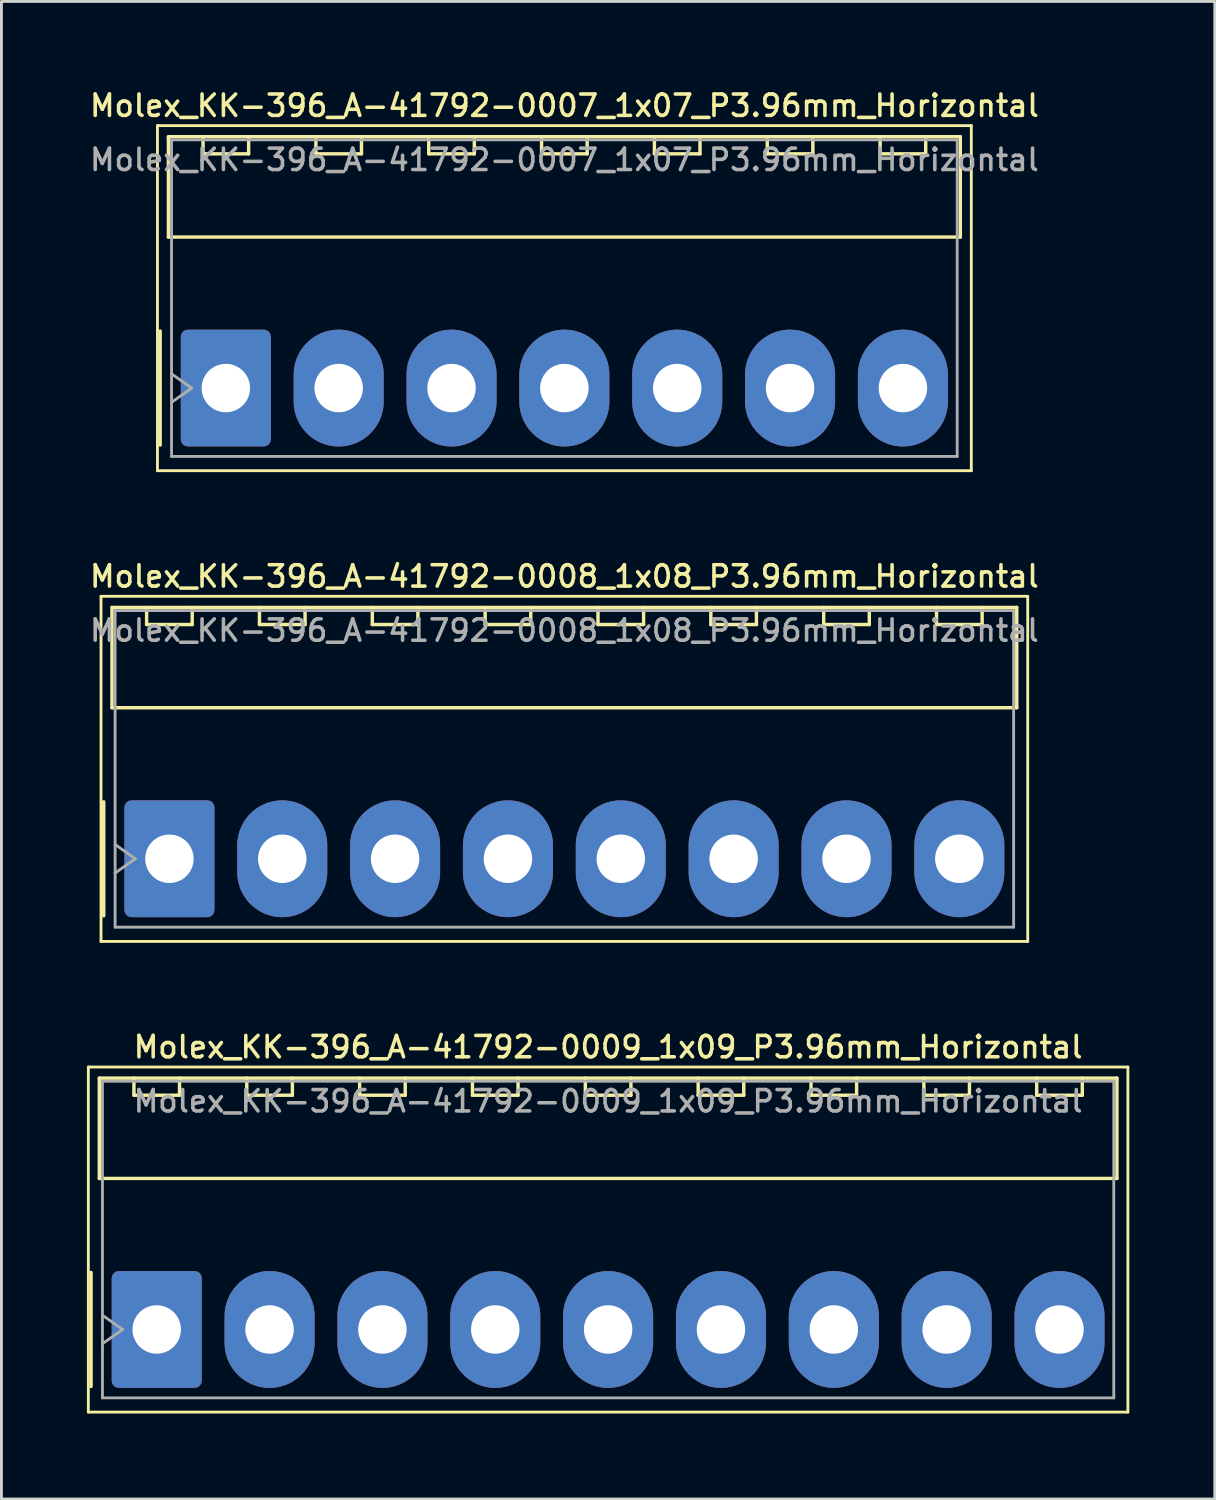
<source format=kicad_pcb>
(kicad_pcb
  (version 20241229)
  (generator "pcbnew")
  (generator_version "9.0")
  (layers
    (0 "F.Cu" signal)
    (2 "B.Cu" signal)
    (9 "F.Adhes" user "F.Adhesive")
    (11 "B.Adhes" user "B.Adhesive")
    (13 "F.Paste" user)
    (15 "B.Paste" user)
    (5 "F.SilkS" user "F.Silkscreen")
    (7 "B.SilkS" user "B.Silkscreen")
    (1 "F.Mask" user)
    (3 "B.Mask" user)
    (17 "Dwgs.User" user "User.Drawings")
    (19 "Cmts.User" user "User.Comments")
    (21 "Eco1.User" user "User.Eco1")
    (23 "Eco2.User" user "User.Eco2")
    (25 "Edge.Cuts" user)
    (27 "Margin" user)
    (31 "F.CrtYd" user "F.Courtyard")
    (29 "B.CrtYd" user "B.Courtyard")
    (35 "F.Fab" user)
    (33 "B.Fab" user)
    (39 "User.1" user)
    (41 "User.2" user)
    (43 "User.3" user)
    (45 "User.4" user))
  (footprint "Molex_KK-396_A-41792-0009_1x09_P3.96mm_Horizontal"
    (layer "F.Cu")
    (at 2.45 43.604)
    (property "Reference" "Molex_KK-396_A-41792-0009_1x09_P3.96mm_Horizontal" (at 15.84 -9.91 0) (layer "F.SilkS") (effects (font (size 0.75 0.75) (thickness 0.125))))
    (attr through_hole)
    (fp_line (start -2.4 -9.21) (end -2.4 2.9) (stroke (width 0.1) (type solid)) (layer "F.SilkS"))
    (fp_line (start -2.4 2.9) (end 34.08 2.9) (stroke (width 0.1) (type solid)) (layer "F.SilkS"))
    (fp_line (start -2.305 -2) (end -2.305 2) (stroke (width 0.12) (type solid)) (layer "F.SilkS"))
    (fp_line (start -2.015 -8.82) (end 33.695 -8.82) (stroke (width 0.12) (type solid)) (layer "F.SilkS"))
    (fp_line (start -2.015 -5.3) (end -2.015 -8.82) (stroke (width 0.12) (type solid)) (layer "F.SilkS"))
    (fp_line (start -0.8 -8.82) (end -0.8 -8.22) (stroke (width 0.12) (type solid)) (layer "F.SilkS"))
    (fp_line (start -0.8 -8.22) (end 0.8 -8.22) (stroke (width 0.12) (type solid)) (layer "F.SilkS"))
    (fp_line (start 0.8 -8.22) (end 0.8 -8.82) (stroke (width 0.12) (type solid)) (layer "F.SilkS"))
    (fp_line (start 3.16 -8.82) (end 3.16 -8.22) (stroke (width 0.12) (type solid)) (layer "F.SilkS"))
    (fp_line (start 3.16 -8.22) (end 4.76 -8.22) (stroke (width 0.12) (type solid)) (layer "F.SilkS"))
    (fp_line (start 4.76 -8.22) (end 4.76 -8.82) (stroke (width 0.12) (type solid)) (layer "F.SilkS"))
    (fp_line (start 7.12 -8.82) (end 7.12 -8.22) (stroke (width 0.12) (type solid)) (layer "F.SilkS"))
    (fp_line (start 7.12 -8.22) (end 8.72 -8.22) (stroke (width 0.12) (type solid)) (layer "F.SilkS"))
    (fp_line (start 8.72 -8.22) (end 8.72 -8.82) (stroke (width 0.12) (type solid)) (layer "F.SilkS"))
    (fp_line (start 11.08 -8.82) (end 11.08 -8.22) (stroke (width 0.12) (type solid)) (layer "F.SilkS"))
    (fp_line (start 11.08 -8.22) (end 12.68 -8.22) (stroke (width 0.12) (type solid)) (layer "F.SilkS"))
    (fp_line (start 12.68 -8.22) (end 12.68 -8.82) (stroke (width 0.12) (type solid)) (layer "F.SilkS"))
    (fp_line (start 15.04 -8.82) (end 15.04 -8.22) (stroke (width 0.12) (type solid)) (layer "F.SilkS"))
    (fp_line (start 15.04 -8.22) (end 16.64 -8.22) (stroke (width 0.12) (type solid)) (layer "F.SilkS"))
    (fp_line (start 16.64 -8.22) (end 16.64 -8.82) (stroke (width 0.12) (type solid)) (layer "F.SilkS"))
    (fp_line (start 19 -8.82) (end 19 -8.22) (stroke (width 0.12) (type solid)) (layer "F.SilkS"))
    (fp_line (start 19 -8.22) (end 20.6 -8.22) (stroke (width 0.12) (type solid)) (layer "F.SilkS"))
    (fp_line (start 20.6 -8.22) (end 20.6 -8.82) (stroke (width 0.12) (type solid)) (layer "F.SilkS"))
    (fp_line (start 22.96 -8.82) (end 22.96 -8.22) (stroke (width 0.12) (type solid)) (layer "F.SilkS"))
    (fp_line (start 22.96 -8.22) (end 24.56 -8.22) (stroke (width 0.12) (type solid)) (layer "F.SilkS"))
    (fp_line (start 24.56 -8.22) (end 24.56 -8.82) (stroke (width 0.12) (type solid)) (layer "F.SilkS"))
    (fp_line (start 26.92 -8.82) (end 26.92 -8.22) (stroke (width 0.12) (type solid)) (layer "F.SilkS"))
    (fp_line (start 26.92 -8.22) (end 28.52 -8.22) (stroke (width 0.12) (type solid)) (layer "F.SilkS"))
    (fp_line (start 28.52 -8.22) (end 28.52 -8.82) (stroke (width 0.12) (type solid)) (layer "F.SilkS"))
    (fp_line (start 30.88 -8.82) (end 30.88 -8.22) (stroke (width 0.12) (type solid)) (layer "F.SilkS"))
    (fp_line (start 30.88 -8.22) (end 32.48 -8.22) (stroke (width 0.12) (type solid)) (layer "F.SilkS"))
    (fp_line (start 32.48 -8.22) (end 32.48 -8.82) (stroke (width 0.12) (type solid)) (layer "F.SilkS"))
    (fp_line (start 33.695 -8.82) (end 33.695 -5.3) (stroke (width 0.12) (type solid)) (layer "F.SilkS"))
    (fp_line (start 33.695 -5.3) (end -2.015 -5.3) (stroke (width 0.12) (type solid)) (layer "F.SilkS"))
    (fp_line (start 34.08 -9.21) (end -2.4 -9.21) (stroke (width 0.1) (type solid)) (layer "F.SilkS"))
    (fp_line (start 34.08 2.9) (end 34.08 -9.21) (stroke (width 0.1) (type solid)) (layer "F.SilkS"))
    (fp_line (start -1.905 -8.71) (end 33.585 -8.71) (stroke (width 0.1) (type solid)) (layer "F.Fab"))
    (fp_line (start -1.905 -0.5) (end -1.198 0) (stroke (width 0.1) (type solid)) (layer "F.Fab"))
    (fp_line (start -1.905 2.4) (end -1.905 -8.71) (stroke (width 0.1) (type solid)) (layer "F.Fab"))
    (fp_line (start -1.198 0) (end -1.905 0.5) (stroke (width 0.1) (type solid)) (layer "F.Fab"))
    (fp_line (start 33.585 -8.71) (end 33.585 2.4) (stroke (width 0.1) (type solid)) (layer "F.Fab"))
    (fp_line (start 33.585 2.4) (end -1.905 2.4) (stroke (width 0.1) (type solid)) (layer "F.Fab"))
    (fp_text user "${REFERENCE}" (at 15.84 -8.01 0) (layer "F.Fab") (effects (font (size 0.75 0.75) (thickness 0.125))))
    (pad "1" thru_hole roundrect (at 0 0) (size 3.16 4.1) (drill 1.7) (layers "*.Cu" "*.Mask") (roundrect_rratio 0.079))
    (pad "2" thru_hole oval (at 3.96 0) (size 3.16 4.1) (drill 1.7) (layers "*.Cu" "*.Mask"))
    (pad "3" thru_hole oval (at 7.92 0) (size 3.16 4.1) (drill 1.7) (layers "*.Cu" "*.Mask"))
    (pad "4" thru_hole oval (at 11.88 0) (size 3.16 4.1) (drill 1.7) (layers "*.Cu" "*.Mask"))
    (pad "5" thru_hole oval (at 15.84 0) (size 3.16 4.1) (drill 1.7) (layers "*.Cu" "*.Mask"))
    (pad "6" thru_hole oval (at 19.8 0) (size 3.16 4.1) (drill 1.7) (layers "*.Cu" "*.Mask"))
    (pad "7" thru_hole oval (at 23.76 0) (size 3.16 4.1) (drill 1.7) (layers "*.Cu" "*.Mask"))
    (pad "8" thru_hole oval (at 27.72 0) (size 3.16 4.1) (drill 1.7) (layers "*.Cu" "*.Mask"))
    (pad "9" thru_hole oval (at 31.68 0) (size 3.16 4.1) (drill 1.7) (layers "*.Cu" "*.Mask")))
  (footprint "Molex_KK-396_A-41792-0008_1x08_P3.96mm_Horizontal"
    (layer "F.Cu")
    (at 2.895 27.086)
    (property "Reference" "Molex_KK-396_A-41792-0008_1x08_P3.96mm_Horizontal" (at 13.86 -9.91 0) (layer "F.SilkS") (effects (font (size 0.75 0.75) (thickness 0.125))))
    (attr through_hole)
    (fp_line (start -2.4 -9.21) (end -2.4 2.9) (stroke (width 0.1) (type solid)) (layer "F.SilkS"))
    (fp_line (start -2.4 2.9) (end 30.12 2.9) (stroke (width 0.1) (type solid)) (layer "F.SilkS"))
    (fp_line (start -2.305 -2) (end -2.305 2) (stroke (width 0.12) (type solid)) (layer "F.SilkS"))
    (fp_line (start -2.015 -8.82) (end 29.735 -8.82) (stroke (width 0.12) (type solid)) (layer "F.SilkS"))
    (fp_line (start -2.015 -5.3) (end -2.015 -8.82) (stroke (width 0.12) (type solid)) (layer "F.SilkS"))
    (fp_line (start -0.8 -8.82) (end -0.8 -8.22) (stroke (width 0.12) (type solid)) (layer "F.SilkS"))
    (fp_line (start -0.8 -8.22) (end 0.8 -8.22) (stroke (width 0.12) (type solid)) (layer "F.SilkS"))
    (fp_line (start 0.8 -8.22) (end 0.8 -8.82) (stroke (width 0.12) (type solid)) (layer "F.SilkS"))
    (fp_line (start 3.16 -8.82) (end 3.16 -8.22) (stroke (width 0.12) (type solid)) (layer "F.SilkS"))
    (fp_line (start 3.16 -8.22) (end 4.76 -8.22) (stroke (width 0.12) (type solid)) (layer "F.SilkS"))
    (fp_line (start 4.76 -8.22) (end 4.76 -8.82) (stroke (width 0.12) (type solid)) (layer "F.SilkS"))
    (fp_line (start 7.12 -8.82) (end 7.12 -8.22) (stroke (width 0.12) (type solid)) (layer "F.SilkS"))
    (fp_line (start 7.12 -8.22) (end 8.72 -8.22) (stroke (width 0.12) (type solid)) (layer "F.SilkS"))
    (fp_line (start 8.72 -8.22) (end 8.72 -8.82) (stroke (width 0.12) (type solid)) (layer "F.SilkS"))
    (fp_line (start 11.08 -8.82) (end 11.08 -8.22) (stroke (width 0.12) (type solid)) (layer "F.SilkS"))
    (fp_line (start 11.08 -8.22) (end 12.68 -8.22) (stroke (width 0.12) (type solid)) (layer "F.SilkS"))
    (fp_line (start 12.68 -8.22) (end 12.68 -8.82) (stroke (width 0.12) (type solid)) (layer "F.SilkS"))
    (fp_line (start 15.04 -8.82) (end 15.04 -8.22) (stroke (width 0.12) (type solid)) (layer "F.SilkS"))
    (fp_line (start 15.04 -8.22) (end 16.64 -8.22) (stroke (width 0.12) (type solid)) (layer "F.SilkS"))
    (fp_line (start 16.64 -8.22) (end 16.64 -8.82) (stroke (width 0.12) (type solid)) (layer "F.SilkS"))
    (fp_line (start 19 -8.82) (end 19 -8.22) (stroke (width 0.12) (type solid)) (layer "F.SilkS"))
    (fp_line (start 19 -8.22) (end 20.6 -8.22) (stroke (width 0.12) (type solid)) (layer "F.SilkS"))
    (fp_line (start 20.6 -8.22) (end 20.6 -8.82) (stroke (width 0.12) (type solid)) (layer "F.SilkS"))
    (fp_line (start 22.96 -8.82) (end 22.96 -8.22) (stroke (width 0.12) (type solid)) (layer "F.SilkS"))
    (fp_line (start 22.96 -8.22) (end 24.56 -8.22) (stroke (width 0.12) (type solid)) (layer "F.SilkS"))
    (fp_line (start 24.56 -8.22) (end 24.56 -8.82) (stroke (width 0.12) (type solid)) (layer "F.SilkS"))
    (fp_line (start 26.92 -8.82) (end 26.92 -8.22) (stroke (width 0.12) (type solid)) (layer "F.SilkS"))
    (fp_line (start 26.92 -8.22) (end 28.52 -8.22) (stroke (width 0.12) (type solid)) (layer "F.SilkS"))
    (fp_line (start 28.52 -8.22) (end 28.52 -8.82) (stroke (width 0.12) (type solid)) (layer "F.SilkS"))
    (fp_line (start 29.735 -8.82) (end 29.735 -5.3) (stroke (width 0.12) (type solid)) (layer "F.SilkS"))
    (fp_line (start 29.735 -5.3) (end -2.015 -5.3) (stroke (width 0.12) (type solid)) (layer "F.SilkS"))
    (fp_line (start 30.12 -9.21) (end -2.4 -9.21) (stroke (width 0.1) (type solid)) (layer "F.SilkS"))
    (fp_line (start 30.12 2.9) (end 30.12 -9.21) (stroke (width 0.1) (type solid)) (layer "F.SilkS"))
    (fp_line (start -1.905 -8.71) (end 29.625 -8.71) (stroke (width 0.1) (type solid)) (layer "F.Fab"))
    (fp_line (start -1.905 -0.5) (end -1.198 0) (stroke (width 0.1) (type solid)) (layer "F.Fab"))
    (fp_line (start -1.905 2.4) (end -1.905 -8.71) (stroke (width 0.1) (type solid)) (layer "F.Fab"))
    (fp_line (start -1.198 0) (end -1.905 0.5) (stroke (width 0.1) (type solid)) (layer "F.Fab"))
    (fp_line (start 29.625 -8.71) (end 29.625 2.4) (stroke (width 0.1) (type solid)) (layer "F.Fab"))
    (fp_line (start 29.625 2.4) (end -1.905 2.4) (stroke (width 0.1) (type solid)) (layer "F.Fab"))
    (fp_text user "${REFERENCE}" (at 13.86 -8.01 0) (layer "F.Fab") (effects (font (size 0.75 0.75) (thickness 0.125))))
    (pad "1" thru_hole roundrect (at 0 0) (size 3.16 4.1) (drill 1.7) (layers "*.Cu" "*.Mask") (roundrect_rratio 0.079))
    (pad "2" thru_hole oval (at 3.96 0) (size 3.16 4.1) (drill 1.7) (layers "*.Cu" "*.Mask"))
    (pad "3" thru_hole oval (at 7.92 0) (size 3.16 4.1) (drill 1.7) (layers "*.Cu" "*.Mask"))
    (pad "4" thru_hole oval (at 11.88 0) (size 3.16 4.1) (drill 1.7) (layers "*.Cu" "*.Mask"))
    (pad "5" thru_hole oval (at 15.84 0) (size 3.16 4.1) (drill 1.7) (layers "*.Cu" "*.Mask"))
    (pad "6" thru_hole oval (at 19.8 0) (size 3.16 4.1) (drill 1.7) (layers "*.Cu" "*.Mask"))
    (pad "7" thru_hole oval (at 23.76 0) (size 3.16 4.1) (drill 1.7) (layers "*.Cu" "*.Mask"))
    (pad "8" thru_hole oval (at 27.72 0) (size 3.16 4.1) (drill 1.7) (layers "*.Cu" "*.Mask")))
  (footprint "Molex_KK-396_A-41792-0007_1x07_P3.96mm_Horizontal"
    (layer "F.Cu")
    (at 4.875 10.568)
    (property "Reference" "Molex_KK-396_A-41792-0007_1x07_P3.96mm_Horizontal" (at 11.88 -9.91 0) (layer "F.SilkS") (effects (font (size 0.75 0.75) (thickness 0.125))))
    (attr through_hole)
    (fp_line (start -2.4 -9.21) (end -2.4 2.9) (stroke (width 0.1) (type solid)) (layer "F.SilkS"))
    (fp_line (start -2.4 2.9) (end 26.16 2.9) (stroke (width 0.1) (type solid)) (layer "F.SilkS"))
    (fp_line (start -2.305 -2) (end -2.305 2) (stroke (width 0.12) (type solid)) (layer "F.SilkS"))
    (fp_line (start -2.015 -8.82) (end 25.775 -8.82) (stroke (width 0.12) (type solid)) (layer "F.SilkS"))
    (fp_line (start -2.015 -5.3) (end -2.015 -8.82) (stroke (width 0.12) (type solid)) (layer "F.SilkS"))
    (fp_line (start -0.8 -8.82) (end -0.8 -8.22) (stroke (width 0.12) (type solid)) (layer "F.SilkS"))
    (fp_line (start -0.8 -8.22) (end 0.8 -8.22) (stroke (width 0.12) (type solid)) (layer "F.SilkS"))
    (fp_line (start 0.8 -8.22) (end 0.8 -8.82) (stroke (width 0.12) (type solid)) (layer "F.SilkS"))
    (fp_line (start 3.16 -8.82) (end 3.16 -8.22) (stroke (width 0.12) (type solid)) (layer "F.SilkS"))
    (fp_line (start 3.16 -8.22) (end 4.76 -8.22) (stroke (width 0.12) (type solid)) (layer "F.SilkS"))
    (fp_line (start 4.76 -8.22) (end 4.76 -8.82) (stroke (width 0.12) (type solid)) (layer "F.SilkS"))
    (fp_line (start 7.12 -8.82) (end 7.12 -8.22) (stroke (width 0.12) (type solid)) (layer "F.SilkS"))
    (fp_line (start 7.12 -8.22) (end 8.72 -8.22) (stroke (width 0.12) (type solid)) (layer "F.SilkS"))
    (fp_line (start 8.72 -8.22) (end 8.72 -8.82) (stroke (width 0.12) (type solid)) (layer "F.SilkS"))
    (fp_line (start 11.08 -8.82) (end 11.08 -8.22) (stroke (width 0.12) (type solid)) (layer "F.SilkS"))
    (fp_line (start 11.08 -8.22) (end 12.68 -8.22) (stroke (width 0.12) (type solid)) (layer "F.SilkS"))
    (fp_line (start 12.68 -8.22) (end 12.68 -8.82) (stroke (width 0.12) (type solid)) (layer "F.SilkS"))
    (fp_line (start 15.04 -8.82) (end 15.04 -8.22) (stroke (width 0.12) (type solid)) (layer "F.SilkS"))
    (fp_line (start 15.04 -8.22) (end 16.64 -8.22) (stroke (width 0.12) (type solid)) (layer "F.SilkS"))
    (fp_line (start 16.64 -8.22) (end 16.64 -8.82) (stroke (width 0.12) (type solid)) (layer "F.SilkS"))
    (fp_line (start 19 -8.82) (end 19 -8.22) (stroke (width 0.12) (type solid)) (layer "F.SilkS"))
    (fp_line (start 19 -8.22) (end 20.6 -8.22) (stroke (width 0.12) (type solid)) (layer "F.SilkS"))
    (fp_line (start 20.6 -8.22) (end 20.6 -8.82) (stroke (width 0.12) (type solid)) (layer "F.SilkS"))
    (fp_line (start 22.96 -8.82) (end 22.96 -8.22) (stroke (width 0.12) (type solid)) (layer "F.SilkS"))
    (fp_line (start 22.96 -8.22) (end 24.56 -8.22) (stroke (width 0.12) (type solid)) (layer "F.SilkS"))
    (fp_line (start 24.56 -8.22) (end 24.56 -8.82) (stroke (width 0.12) (type solid)) (layer "F.SilkS"))
    (fp_line (start 25.775 -8.82) (end 25.775 -5.3) (stroke (width 0.12) (type solid)) (layer "F.SilkS"))
    (fp_line (start 25.775 -5.3) (end -2.015 -5.3) (stroke (width 0.12) (type solid)) (layer "F.SilkS"))
    (fp_line (start 26.16 -9.21) (end -2.4 -9.21) (stroke (width 0.1) (type solid)) (layer "F.SilkS"))
    (fp_line (start 26.16 2.9) (end 26.16 -9.21) (stroke (width 0.1) (type solid)) (layer "F.SilkS"))
    (fp_line (start -1.905 -8.71) (end 25.665 -8.71) (stroke (width 0.1) (type solid)) (layer "F.Fab"))
    (fp_line (start -1.905 -0.5) (end -1.198 0) (stroke (width 0.1) (type solid)) (layer "F.Fab"))
    (fp_line (start -1.905 2.4) (end -1.905 -8.71) (stroke (width 0.1) (type solid)) (layer "F.Fab"))
    (fp_line (start -1.198 0) (end -1.905 0.5) (stroke (width 0.1) (type solid)) (layer "F.Fab"))
    (fp_line (start 25.665 -8.71) (end 25.665 2.4) (stroke (width 0.1) (type solid)) (layer "F.Fab"))
    (fp_line (start 25.665 2.4) (end -1.905 2.4) (stroke (width 0.1) (type solid)) (layer "F.Fab"))
    (fp_text user "${REFERENCE}" (at 11.88 -8.01 0) (layer "F.Fab") (effects (font (size 0.75 0.75) (thickness 0.125))))
    (pad "1" thru_hole roundrect (at 0 0) (size 3.16 4.1) (drill 1.7) (layers "*.Cu" "*.Mask") (roundrect_rratio 0.079))
    (pad "2" thru_hole oval (at 3.96 0) (size 3.16 4.1) (drill 1.7) (layers "*.Cu" "*.Mask"))
    (pad "3" thru_hole oval (at 7.92 0) (size 3.16 4.1) (drill 1.7) (layers "*.Cu" "*.Mask"))
    (pad "4" thru_hole oval (at 11.88 0) (size 3.16 4.1) (drill 1.7) (layers "*.Cu" "*.Mask"))
    (pad "5" thru_hole oval (at 15.84 0) (size 3.16 4.1) (drill 1.7) (layers "*.Cu" "*.Mask"))
    (pad "6" thru_hole oval (at 19.8 0) (size 3.16 4.1) (drill 1.7) (layers "*.Cu" "*.Mask"))
    (pad "7" thru_hole oval (at 23.76 0) (size 3.16 4.1) (drill 1.7) (layers "*.Cu" "*.Mask")))
  (gr_rect
    (start -3 -3)
    (end 39.58 49.554)
    (stroke (width 0.1) (type default))
    (fill no)
    (layer "Edge.Cuts")))
</source>
